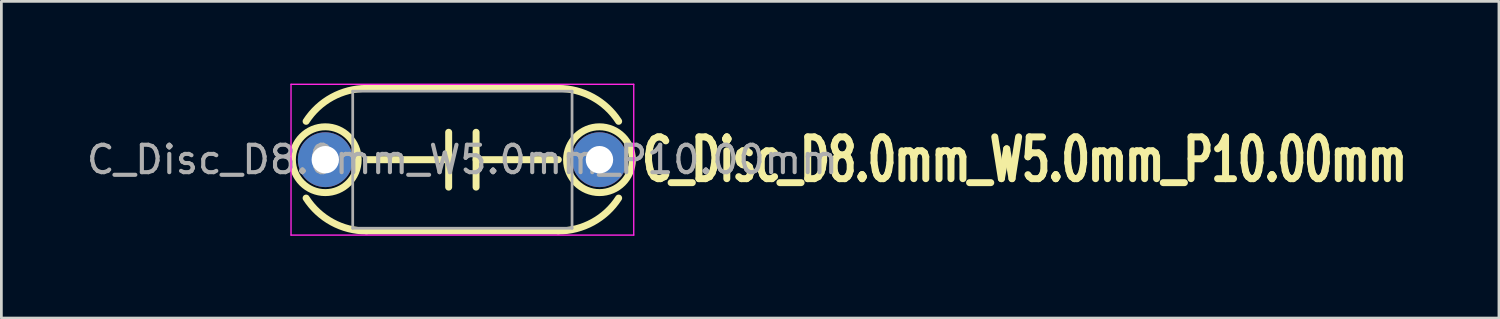
<source format=kicad_pcb>
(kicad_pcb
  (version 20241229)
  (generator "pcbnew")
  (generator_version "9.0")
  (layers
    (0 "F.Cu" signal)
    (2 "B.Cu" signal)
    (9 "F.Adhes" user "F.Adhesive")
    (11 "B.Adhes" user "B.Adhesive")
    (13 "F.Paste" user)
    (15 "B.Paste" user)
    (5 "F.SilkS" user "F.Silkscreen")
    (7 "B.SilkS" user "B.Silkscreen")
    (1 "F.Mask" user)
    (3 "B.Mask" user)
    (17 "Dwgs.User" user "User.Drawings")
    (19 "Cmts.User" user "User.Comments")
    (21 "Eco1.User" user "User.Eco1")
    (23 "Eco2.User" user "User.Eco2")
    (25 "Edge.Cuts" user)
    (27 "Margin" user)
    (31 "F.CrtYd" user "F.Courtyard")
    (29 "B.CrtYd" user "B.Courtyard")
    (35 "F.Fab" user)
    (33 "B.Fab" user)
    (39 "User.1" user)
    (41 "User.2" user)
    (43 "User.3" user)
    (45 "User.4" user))
  (footprint "C_Disc_D8.0mm_W5.0mm_P10.00mm"
    (layer "F.Cu")
    (at 8.815 2.775)
    (property "Reference" "C_Disc_D8.0mm_W5.0mm_P10.00mm" (at 11.43 0 0) (layer "F.SilkS") (effects (font (size 1.524 1.016) (thickness 0.254)) (justify left)))
    (attr through_hole)
    (fp_line (start 4.5 -1) (end 4.5 1) (stroke (width 0.254) (type solid)) (layer "F.SilkS"))
    (fp_line (start 4.5 0) (end 1.5 0) (stroke (width 0.254) (type solid)) (layer "F.SilkS"))
    (fp_line (start 5.5 -1) (end 5.5 1) (stroke (width 0.254) (type solid)) (layer "F.SilkS"))
    (fp_line (start 5.5 0) (end 8.5 0) (stroke (width 0.254) (type solid)) (layer "F.SilkS"))
    (fp_line (start 8.5 -2.6) (end 1.5 -2.6) (stroke (width 0.254) (type solid)) (layer "F.SilkS"))
    (fp_line (start 8.5 2.6) (end 1.5 2.6) (stroke (width 0.254) (type solid)) (layer "F.SilkS"))
    (fp_arc (start -0.7 -1.4) (mid 0.247004 -2.280494) (end 1.5 -2.6) (stroke (width 0.254) (type solid)) (layer "F.SilkS"))
    (fp_arc (start 1.5 2.6) (mid 0.247004 2.280493) (end -0.7 1.4) (stroke (width 0.254) (type solid)) (layer "F.SilkS"))
    (fp_arc (start 8.5 -2.6) (mid 9.752996 -2.280493) (end 10.7 -1.4) (stroke (width 0.254) (type solid)) (layer "F.SilkS"))
    (fp_arc (start 10.7 1.4) (mid 9.752996 2.280494) (end 8.5 2.6) (stroke (width 0.254) (type solid)) (layer "F.SilkS"))
    (fp_circle (center 0 0) (end 1.2 0) (stroke (width 0.254) (type solid)) (fill no) (layer "F.SilkS"))
    (fp_circle (center 10 0) (end 11.2 0) (stroke (width 0.254) (type solid)) (fill no) (layer "F.SilkS"))
    (fp_line (start -1.25 -2.75) (end -1.25 2.75) (stroke (width 0.05) (type solid)) (layer "F.CrtYd"))
    (fp_line (start -1.25 2.75) (end 11.25 2.75) (stroke (width 0.05) (type solid)) (layer "F.CrtYd"))
    (fp_line (start 11.25 -2.75) (end -1.25 -2.75) (stroke (width 0.05) (type solid)) (layer "F.CrtYd"))
    (fp_line (start 11.25 2.75) (end 11.25 -2.75) (stroke (width 0.05) (type solid)) (layer "F.CrtYd"))
    (fp_line (start 1 -2.5) (end 1 2.5) (stroke (width 0.1) (type solid)) (layer "F.Fab"))
    (fp_line (start 1 2.5) (end 9 2.5) (stroke (width 0.1) (type solid)) (layer "F.Fab"))
    (fp_line (start 9 -2.5) (end 1 -2.5) (stroke (width 0.1) (type solid)) (layer "F.Fab"))
    (fp_line (start 9 2.5) (end 9 -2.5) (stroke (width 0.1) (type solid)) (layer "F.Fab"))
    (fp_text user "${REFERENCE}" (at 5 0 0) (layer "F.Fab") (effects (font (size 1 1) (thickness 0.15))))
    (pad "1" thru_hole circle (at 0 0) (size 2 2) (drill 1) (layers "*.Cu" "*.Mask"))
    (pad "2" thru_hole circle (at 10 0) (size 2 2) (drill 1) (layers "*.Cu" "*.Mask")))
  (gr_rect
    (start -3 -3)
    (end 51.623 8.55)
    (stroke (width 0.1) (type default))
    (fill no)
    (layer "Edge.Cuts")))
</source>
